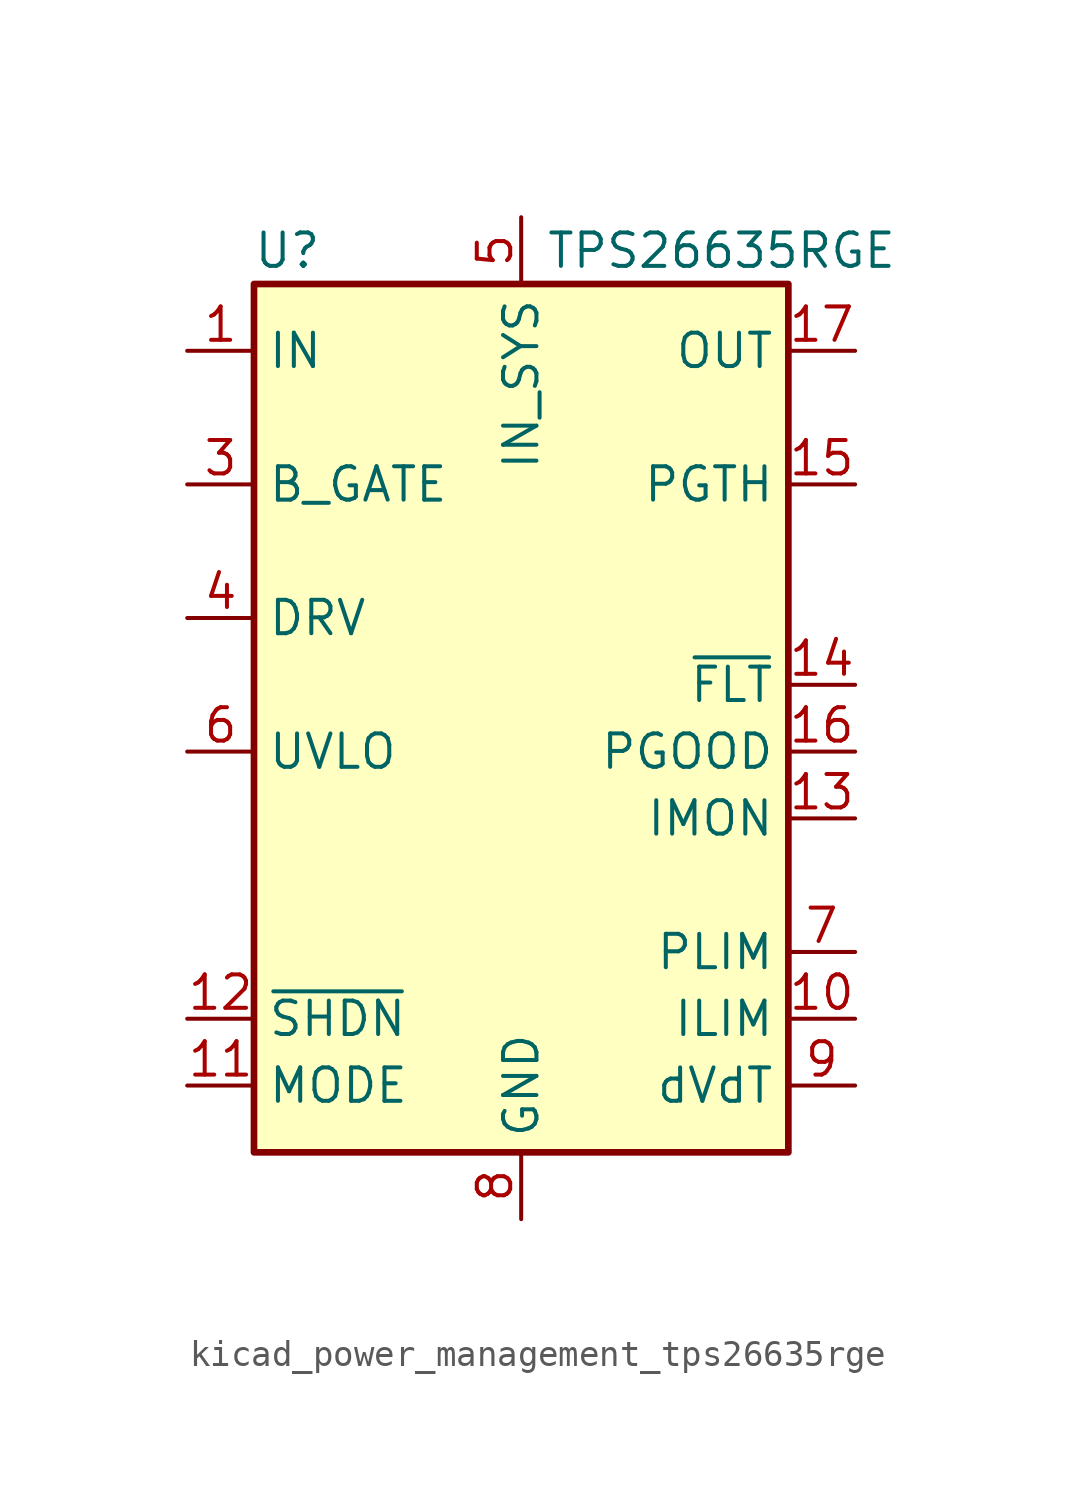
<source format=kicad_sym>
(kicad_symbol_lib
  (version 20220914)
  (generator kicad_symbol_editor)
  (symbol "kicad_power_management_tps26635rge"
    (property "Reference" "U"
      (at -8.89 16.51 0)
      (effects (font (size 1.27 1.27))))
    (property "Value" "TPS26635RGE"
      (at 7.62 16.51 0)
      (effects (font (size 1.27 1.27))))
    (symbol "kicad_power_management_tps26635rge_0_1"
      (rectangle (start -10.16 15.24) (end 10.16 -17.78) (stroke (width 0.254) (type default)) (fill (type background))))
    (symbol "kicad_power_management_tps26635rge_1_1"
      (pin power_in line (at -12.7 12.7 0) (length 2.54) (name "IN" (effects (font (size 1.27 1.27)))) (number "1" (effects (font (size 1.27 1.27)))))
      (pin passive line (at 12.7 -12.7 180) (length 2.54) (name "ILIM" (effects (font (size 1.27 1.27)))) (number "10" (effects (font (size 1.27 1.27)))))
      (pin input line (at -12.7 -15.24 0) (length 2.54) (name "MODE" (effects (font (size 1.27 1.27)))) (number "11" (effects (font (size 1.27 1.27)))))
      (pin input line (at -12.7 -12.7 0) (length 2.54) (name "~{SHDN}" (effects (font (size 1.27 1.27)))) (number "12" (effects (font (size 1.27 1.27)))))
      (pin output line (at 12.7 -5.08 180) (length 2.54) (name "IMON" (effects (font (size 1.27 1.27)))) (number "13" (effects (font (size 1.27 1.27)))))
      (pin open_collector line (at 12.7 0 180) (length 2.54) (name "~{FLT}" (effects (font (size 1.27 1.27)))) (number "14" (effects (font (size 1.27 1.27)))))
      (pin input line (at 12.7 7.62 180) (length 2.54) (name "PGTH" (effects (font (size 1.27 1.27)))) (number "15" (effects (font (size 1.27 1.27)))))
      (pin output line (at 12.7 -2.54 180) (length 2.54) (name "PGOOD" (effects (font (size 1.27 1.27)))) (number "16" (effects (font (size 1.27 1.27)))))
      (pin power_out line (at 12.7 12.7 180) (length 2.54) (name "OUT" (effects (font (size 1.27 1.27)))) (number "17" (effects (font (size 1.27 1.27)))))
      (pin passive line (at 12.7 12.7 180) (length 2.54) hide (name "OUT" (effects (font (size 1.27 1.27)))) (number "18" (effects (font (size 1.27 1.27)))))
      (pin no_connect line (at -10.16 10.16 0) (length 2.54) hide (name "NC" (effects (font (size 1.27 1.27)))) (number "19" (effects (font (size 1.27 1.27)))))
      (pin passive line (at -12.7 12.7 0) (length 2.54) hide (name "IN" (effects (font (size 1.27 1.27)))) (number "2" (effects (font (size 1.27 1.27)))))
      (pin no_connect line (at -10.16 5.08 0) (length 2.54) hide (name "NC" (effects (font (size 1.27 1.27)))) (number "20" (effects (font (size 1.27 1.27)))))
      (pin no_connect line (at -10.16 0 0) (length 2.54) hide (name "NC" (effects (font (size 1.27 1.27)))) (number "21" (effects (font (size 1.27 1.27)))))
      (pin no_connect line (at 10.16 10.16 180) (length 2.54) hide (name "NC" (effects (font (size 1.27 1.27)))) (number "22" (effects (font (size 1.27 1.27)))))
      (pin no_connect line (at 10.16 5.08 180) (length 2.54) hide (name "NC" (effects (font (size 1.27 1.27)))) (number "23" (effects (font (size 1.27 1.27)))))
      (pin no_connect line (at 10.16 2.54 180) (length 2.54) hide (name "NC" (effects (font (size 1.27 1.27)))) (number "24" (effects (font (size 1.27 1.27)))))
      (pin passive line (at 0 -20.32 90) (length 2.54) hide (name "GND" (effects (font (size 1.27 1.27)))) (number "25" (effects (font (size 1.27 1.27)))))
      (pin output line (at -12.7 7.62 0) (length 2.54) (name "B_GATE" (effects (font (size 1.27 1.27)))) (number "3" (effects (font (size 1.27 1.27)))))
      (pin output line (at -12.7 2.54 0) (length 2.54) (name "DRV" (effects (font (size 1.27 1.27)))) (number "4" (effects (font (size 1.27 1.27)))))
      (pin power_in line (at 0 17.78 270) (length 2.54) (name "IN_SYS" (effects (font (size 1.27 1.27)))) (number "5" (effects (font (size 1.27 1.27)))))
      (pin input line (at -12.7 -2.54 0) (length 2.54) (name "UVLO" (effects (font (size 1.27 1.27)))) (number "6" (effects (font (size 1.27 1.27)))))
      (pin passive line (at 12.7 -10.16 180) (length 2.54) (name "PLIM" (effects (font (size 1.27 1.27)))) (number "7" (effects (font (size 1.27 1.27)))))
      (pin power_in line (at 0 -20.32 90) (length 2.54) (name "GND" (effects (font (size 1.27 1.27)))) (number "8" (effects (font (size 1.27 1.27)))))
      (pin passive line (at 12.7 -15.24 180) (length 2.54) (name "dVdT" (effects (font (size 1.27 1.27)))) (number "9" (effects (font (size 1.27 1.27))))))))
</source>
